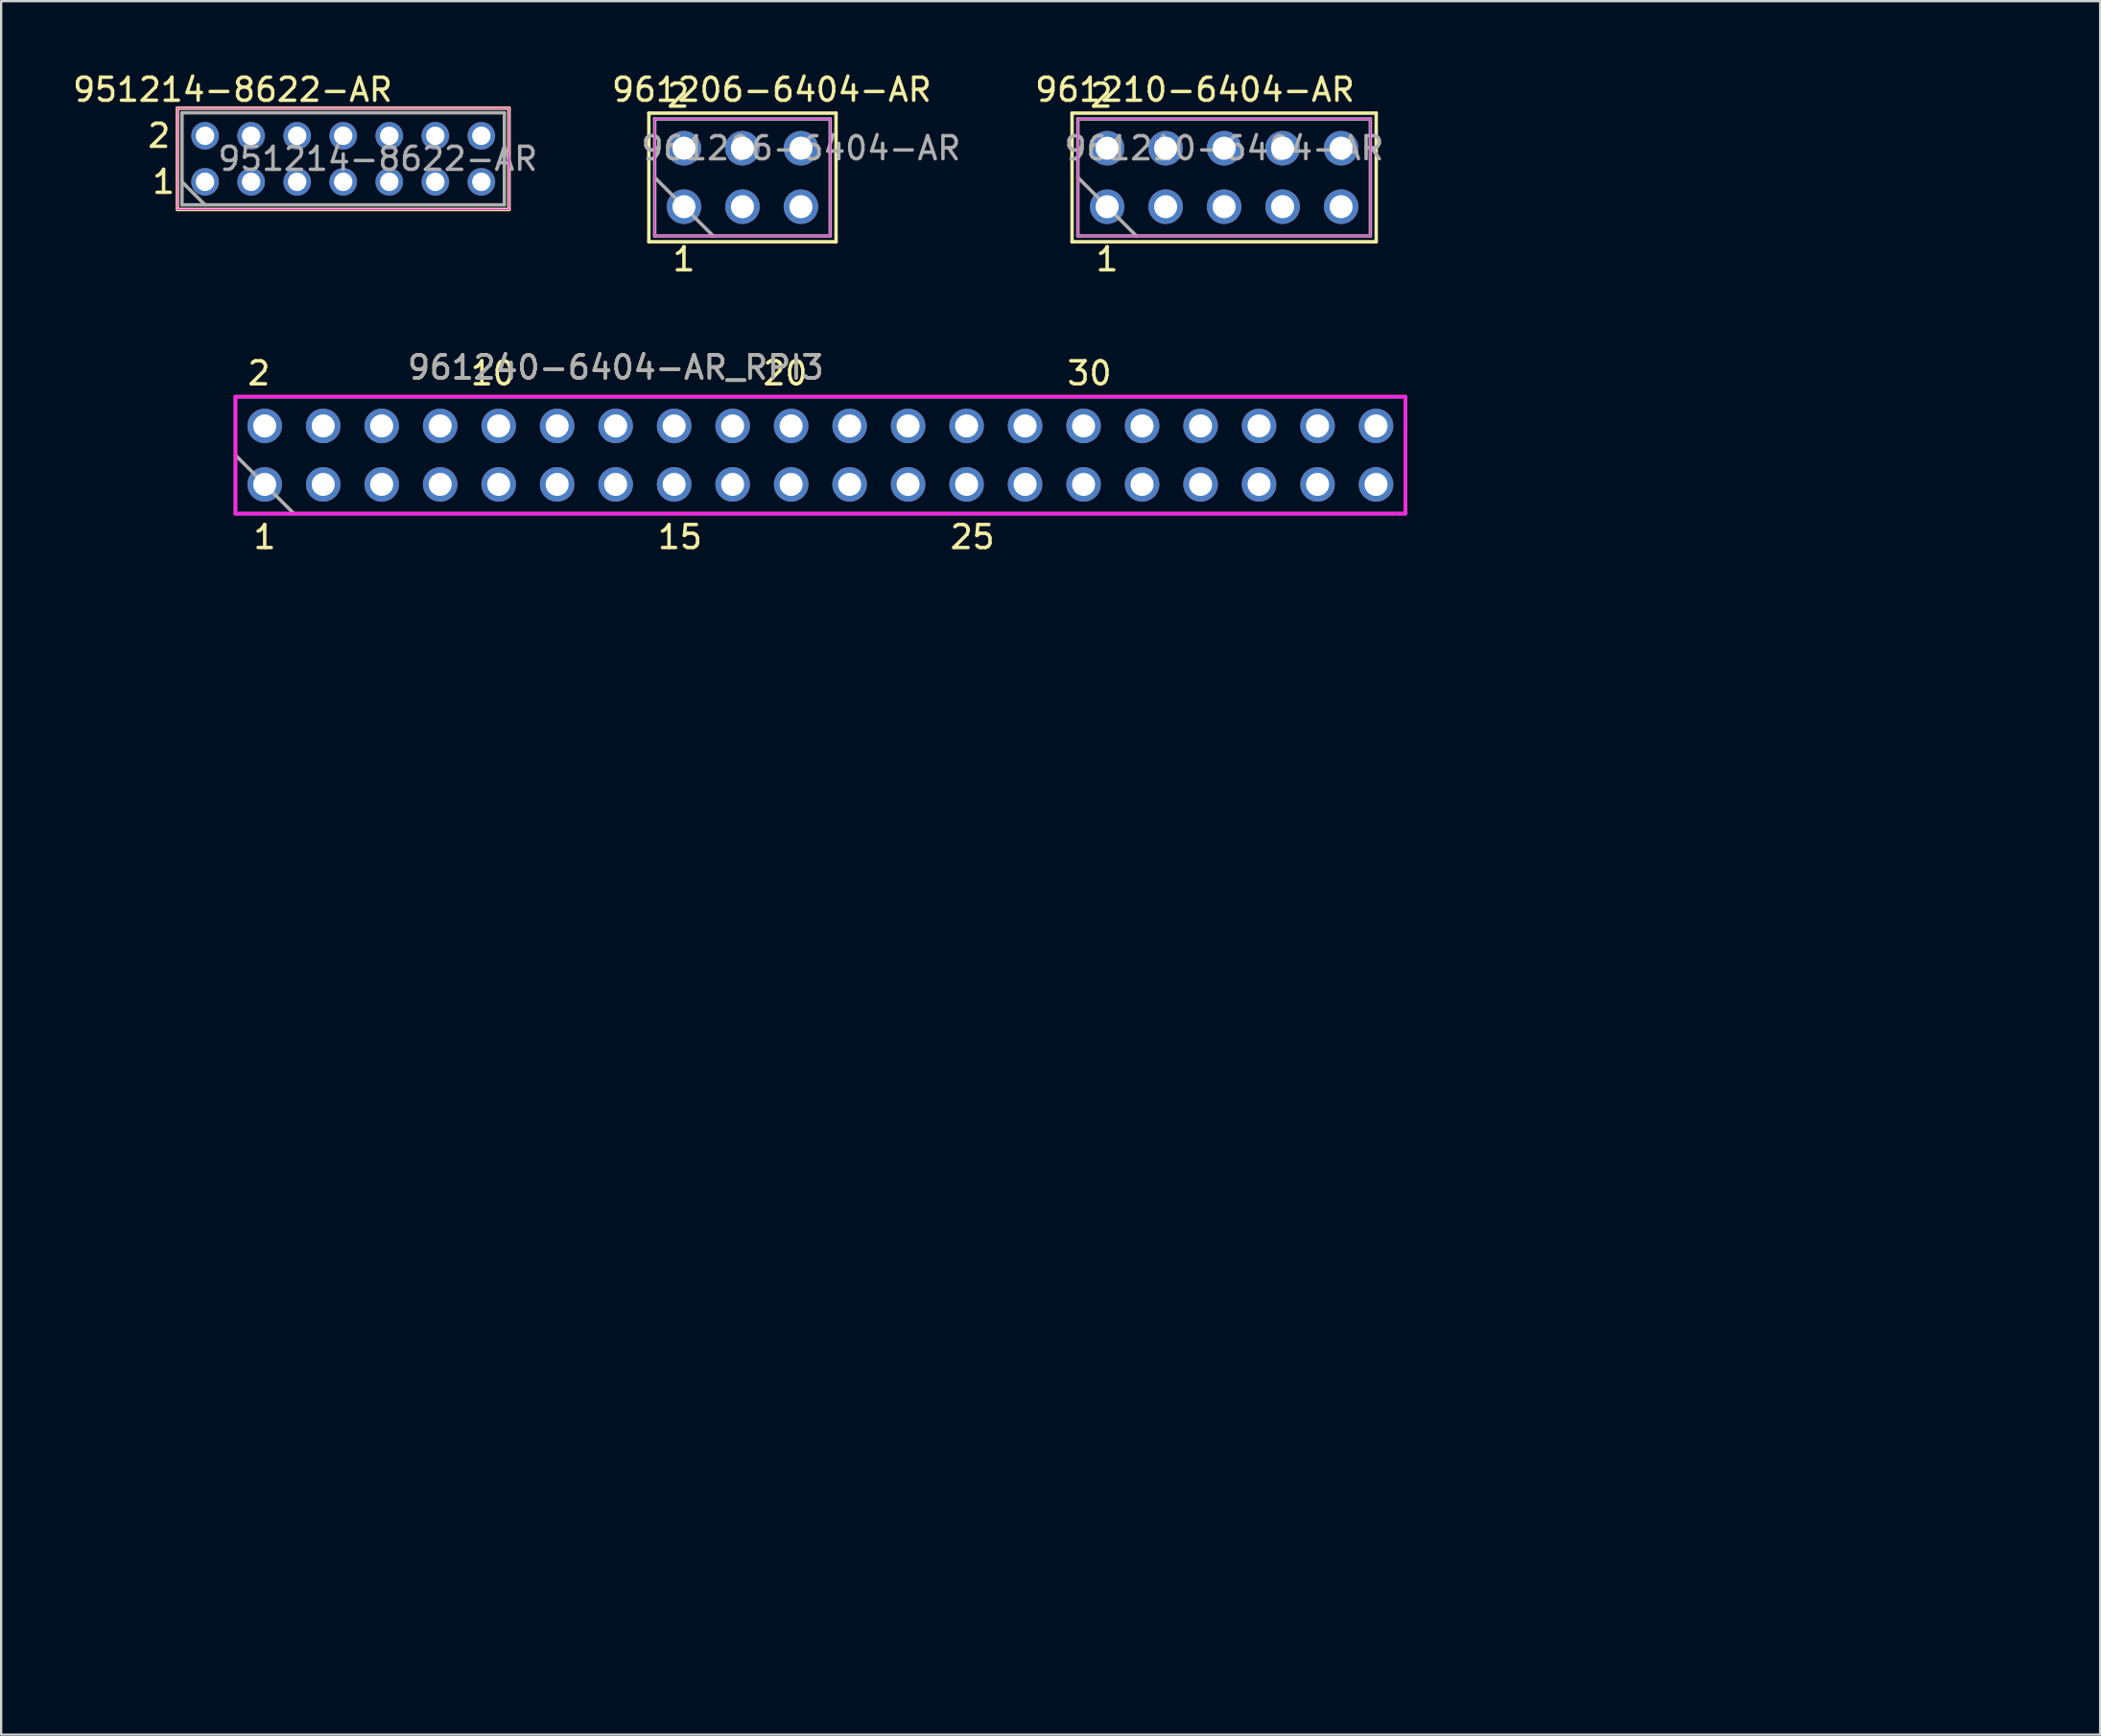
<source format=kicad_pcb>
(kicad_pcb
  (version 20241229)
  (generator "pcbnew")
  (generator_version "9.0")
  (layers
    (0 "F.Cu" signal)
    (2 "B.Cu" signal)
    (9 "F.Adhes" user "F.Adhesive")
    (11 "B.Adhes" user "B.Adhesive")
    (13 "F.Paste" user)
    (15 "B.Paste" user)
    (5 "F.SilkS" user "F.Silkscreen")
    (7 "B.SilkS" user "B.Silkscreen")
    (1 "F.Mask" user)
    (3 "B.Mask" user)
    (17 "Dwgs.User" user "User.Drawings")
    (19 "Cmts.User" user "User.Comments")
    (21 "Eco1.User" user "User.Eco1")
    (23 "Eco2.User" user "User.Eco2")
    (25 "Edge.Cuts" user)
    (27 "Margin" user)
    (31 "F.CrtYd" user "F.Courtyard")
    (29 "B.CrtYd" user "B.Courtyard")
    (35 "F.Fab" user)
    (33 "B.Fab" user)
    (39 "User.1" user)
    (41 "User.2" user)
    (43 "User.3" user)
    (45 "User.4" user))
  (footprint "951214-8622-AR"
    (layer "F.Cu")
    (at 11.854 3.848)
    (property "Reference" "951214-8622-AR" (at -4.8 -3 0) (layer "F.SilkS") (effects (font (size 1 1) (thickness 0.15))))
    (attr through_hole)
    (fp_line (start -7.2 -2.2) (end 7.2 -2.2) (stroke (width 0.15) (type solid)) (layer "F.SilkS"))
    (fp_line (start -7.2 2.2) (end -7.2 -2.2) (stroke (width 0.15) (type solid)) (layer "F.SilkS"))
    (fp_line (start 7.2 -2.2) (end 7.2 2.2) (stroke (width 0.15) (type solid)) (layer "F.SilkS"))
    (fp_line (start 7.2 2.2) (end -7.2 2.2) (stroke (width 0.15) (type solid)) (layer "F.SilkS"))
    (fp_line (start -7.2 -2.2) (end 7.2 -2.2) (stroke (width 0.05) (type solid)) (layer "F.CrtYd"))
    (fp_line (start -7.2 2.2) (end -7.2 -2.2) (stroke (width 0.05) (type solid)) (layer "F.CrtYd"))
    (fp_line (start 7.2 -2.2) (end 7.2 2.2) (stroke (width 0.05) (type solid)) (layer "F.CrtYd"))
    (fp_line (start 7.2 2.2) (end -7.2 2.2) (stroke (width 0.05) (type solid)) (layer "F.CrtYd"))
    (fp_line (start -7 -2) (end -7 2) (stroke (width 0.15) (type solid)) (layer "F.Fab"))
    (fp_line (start -7 2) (end 7 2) (stroke (width 0.15) (type solid)) (layer "F.Fab"))
    (fp_line (start -6 2) (end -7 1) (stroke (width 0.15) (type solid)) (layer "F.Fab"))
    (fp_line (start 7 -2) (end -7 -2) (stroke (width 0.15) (type solid)) (layer "F.Fab"))
    (fp_line (start 7 2) (end 7 -2) (stroke (width 0.15) (type solid)) (layer "F.Fab"))
    (fp_text user "2" (at -8 -1 0) (layer "F.SilkS") (effects (font (size 1 1) (thickness 0.15))))
    (fp_text user "1" (at -7.8 1 0) (layer "F.SilkS") (effects (font (size 1 1) (thickness 0.15))))
    (fp_text user "${REFERENCE}" (at 1.5 0 0) (layer "F.Fab") (effects (font (size 1 1) (thickness 0.15))))
    (pad "1" thru_hole circle (at -6 1) (size 1.2 1.2) (drill 0.8) (layers "*.Cu" "*.Mask"))
    (pad "2" thru_hole circle (at -6 -1) (size 1.2 1.2) (drill 0.8) (layers "*.Cu" "*.Mask"))
    (pad "3" thru_hole circle (at -4 1) (size 1.2 1.2) (drill 0.8) (layers "*.Cu" "*.Mask"))
    (pad "4" thru_hole circle (at -4 -1) (size 1.2 1.2) (drill 0.8) (layers "*.Cu" "*.Mask"))
    (pad "5" thru_hole circle (at -2 1) (size 1.2 1.2) (drill 0.8) (layers "*.Cu" "*.Mask"))
    (pad "6" thru_hole circle (at -2 -1) (size 1.2 1.2) (drill 0.8) (layers "*.Cu" "*.Mask"))
    (pad "7" thru_hole circle (at 0 1) (size 1.2 1.2) (drill 0.8) (layers "*.Cu" "*.Mask"))
    (pad "8" thru_hole circle (at 0 -1) (size 1.2 1.2) (drill 0.8) (layers "*.Cu" "*.Mask"))
    (pad "9" thru_hole circle (at 2 1) (size 1.2 1.2) (drill 0.8) (layers "*.Cu" "*.Mask"))
    (pad "10" thru_hole circle (at 2 -1) (size 1.2 1.2) (drill 0.8) (layers "*.Cu" "*.Mask"))
    (pad "11" thru_hole circle (at 4 1) (size 1.2 1.2) (drill 0.8) (layers "*.Cu" "*.Mask"))
    (pad "12" thru_hole circle (at 4 -1) (size 1.2 1.2) (drill 0.8) (layers "*.Cu" "*.Mask"))
    (pad "13" thru_hole circle (at 6 1) (size 1.2 1.2) (drill 0.8) (layers "*.Cu" "*.Mask"))
    (pad "14" thru_hole circle (at 6 -1) (size 1.2 1.2) (drill 0.8) (layers "*.Cu" "*.Mask")))
  (footprint "961210-6404-AR"
    (layer "F.Cu")
    (at 50.108 4.658)
    (property "Reference" "961210-6404-AR" (at -1.27 -3.81 0) (layer "F.SilkS") (effects (font (size 1 1) (thickness 0.15))))
    (attr smd)
    (fp_line (start -6.604 -2.794) (end -6.604 2.794) (stroke (width 0.15) (type solid)) (layer "F.SilkS"))
    (fp_line (start -6.604 2.794) (end 6.604 2.794) (stroke (width 0.15) (type solid)) (layer "F.SilkS"))
    (fp_line (start 6.604 -2.794) (end -6.604 -2.794) (stroke (width 0.15) (type solid)) (layer "F.SilkS"))
    (fp_line (start 6.604 2.794) (end 6.604 -2.794) (stroke (width 0.15) (type solid)) (layer "F.SilkS"))
    (fp_line (start -6.35 -2.54) (end 6.35 -2.54) (stroke (width 0.05) (type solid)) (layer "F.CrtYd"))
    (fp_line (start -6.35 2.54) (end -6.35 -2.54) (stroke (width 0.05) (type solid)) (layer "F.CrtYd"))
    (fp_line (start 6.35 -2.54) (end 6.35 2.54) (stroke (width 0.05) (type solid)) (layer "F.CrtYd"))
    (fp_line (start 6.35 2.54) (end -6.35 2.54) (stroke (width 0.05) (type solid)) (layer "F.CrtYd"))
    (fp_line (start -6.35 -2.54) (end 6.35 -2.54) (stroke (width 0.15) (type solid)) (layer "F.Fab"))
    (fp_line (start -6.35 0) (end -3.81 2.54) (stroke (width 0.15) (type solid)) (layer "F.Fab"))
    (fp_line (start -6.35 2.54) (end -6.35 -2.54) (stroke (width 0.15) (type solid)) (layer "F.Fab"))
    (fp_line (start 6.35 -2.54) (end 6.35 2.54) (stroke (width 0.15) (type solid)) (layer "F.Fab"))
    (fp_line (start 6.35 2.54) (end -6.35 2.54) (stroke (width 0.15) (type solid)) (layer "F.Fab"))
    (fp_text user "2" (at -5.334 -3.556 0) (layer "F.SilkS") (effects (font (size 1 1) (thickness 0.15))))
    (fp_text user "1" (at -5.08 3.556 0) (layer "F.SilkS") (effects (font (size 1 1) (thickness 0.15))))
    (fp_text user "${REFERENCE}" (at 0 -1.27 0) (layer "F.Fab") (effects (font (size 1 1) (thickness 0.15))))
    (pad "1" thru_hole circle (at -5.08 1.27) (size 1.5 1.5) (drill 1) (layers "*.Cu" "*.Mask"))
    (pad "2" thru_hole circle (at -5.08 -1.27) (size 1.5 1.5) (drill 1) (layers "*.Cu" "*.Mask"))
    (pad "3" thru_hole circle (at -2.54 1.27) (size 1.5 1.5) (drill 1) (layers "*.Cu" "*.Mask"))
    (pad "4" thru_hole circle (at -2.54 -1.27) (size 1.5 1.5) (drill 1) (layers "*.Cu" "*.Mask"))
    (pad "5" thru_hole circle (at 0 1.27) (size 1.5 1.5) (drill 1) (layers "*.Cu" "*.Mask"))
    (pad "6" thru_hole circle (at 0 -1.27) (size 1.5 1.5) (drill 1) (layers "*.Cu" "*.Mask"))
    (pad "7" thru_hole circle (at 2.54 1.27) (size 1.5 1.5) (drill 1) (layers "*.Cu" "*.Mask"))
    (pad "8" thru_hole circle (at 2.54 -1.27) (size 1.5 1.5) (drill 1) (layers "*.Cu" "*.Mask"))
    (pad "9" thru_hole circle (at 5.08 1.27) (size 1.5 1.5) (drill 1) (layers "*.Cu" "*.Mask"))
    (pad "10" thru_hole circle (at 5.08 -1.27) (size 1.5 1.5) (drill 1) (layers "*.Cu" "*.Mask")))
  (footprint "961240-6404-AR_RPI3"
    (layer "F.Cu")
    (at 32.575 16.721)
    (property "Reference" "961240-6404-AR_RPI3" (at -8.89 -3.81 0) (layer "F.SilkS") (effects (font (size 1 1) (thickness 0.15))))
    (attr smd)
    (fp_line (start -32.5 -2) (end -32.5 51) (stroke (width 0.15) (type solid)) (layer "Eco1.User"))
    (fp_line (start -31 -3.5) (end 51 -3.5) (stroke (width 0.15) (type solid)) (layer "Eco1.User"))
    (fp_line (start -31 52.5) (end 51 52.5) (stroke (width 0.15) (type solid)) (layer "Eco1.User"))
    (fp_line (start -30 0) (end -28 0) (stroke (width 0.15) (type solid)) (layer "Eco1.User"))
    (fp_line (start -30 49) (end -28 49) (stroke (width 0.15) (type solid)) (layer "Eco1.User"))
    (fp_line (start -29 -1) (end -29 1) (stroke (width 0.15) (type solid)) (layer "Eco1.User"))
    (fp_line (start -29 48) (end -29 50) (stroke (width 0.15) (type solid)) (layer "Eco1.User"))
    (fp_line (start 28 0) (end 30 0) (stroke (width 0.15) (type solid)) (layer "Eco1.User"))
    (fp_line (start 28 49) (end 30 49) (stroke (width 0.15) (type solid)) (layer "Eco1.User"))
    (fp_line (start 29 -1) (end 29 1) (stroke (width 0.15) (type solid)) (layer "Eco1.User"))
    (fp_line (start 29 48) (end 29 50) (stroke (width 0.15) (type solid)) (layer "Eco1.User"))
    (fp_line (start 52.5 -2) (end 52.5 51) (stroke (width 0.15) (type solid)) (layer "Eco1.User"))
    (fp_arc (start -32.5 -2) (mid -32.06066 -3.06066) (end -31 -3.5) (stroke (width 0.15) (type solid)) (layer "Eco1.User"))
    (fp_arc (start -31 52.5) (mid -32.06066 52.06066) (end -32.5 51) (stroke (width 0.15) (type solid)) (layer "Eco1.User"))
    (fp_arc (start 51 -3.5) (mid 52.06066 -3.06066) (end 52.5 -2) (stroke (width 0.15) (type solid)) (layer "Eco1.User"))
    (fp_arc (start 52.5 51) (mid 52.06066 52.06066) (end 51 52.5) (stroke (width 0.15) (type solid)) (layer "Eco1.User"))
    (fp_circle (center -29 0) (end -29 -2) (stroke (width 0.15) (type solid)) (fill no) (layer "Eco1.User"))
    (fp_circle (center -29 49) (end -29 47) (stroke (width 0.15) (type solid)) (fill no) (layer "Eco1.User"))
    (fp_circle (center 29 0) (end 29 -2) (stroke (width 0.15) (type solid)) (fill no) (layer "Eco1.User"))
    (fp_circle (center 29 0) (end 30.375 0) (stroke (width 0.15) (type solid)) (fill no) (layer "Eco1.User"))
    (fp_circle (center 29 49) (end 29 47) (stroke (width 0.15) (type solid)) (fill no) (layer "Eco1.User"))
    (fp_line (start -25.4 -2.54) (end 25.4 -2.54) (stroke (width 0.15) (type solid)) (layer "F.CrtYd"))
    (fp_line (start -25.4 2.54) (end -25.4 -2.54) (stroke (width 0.15) (type solid)) (layer "F.CrtYd"))
    (fp_line (start 25.4 -2.54) (end 25.4 2.54) (stroke (width 0.15) (type solid)) (layer "F.CrtYd"))
    (fp_line (start 25.4 2.54) (end -25.4 2.54) (stroke (width 0.15) (type solid)) (layer "F.CrtYd"))
    (fp_line (start -25.4 -2.54) (end 25.4 -2.54) (stroke (width 0.15) (type solid)) (layer "F.Fab"))
    (fp_line (start -25.4 0) (end -22.86 2.54) (stroke (width 0.15) (type solid)) (layer "F.Fab"))
    (fp_line (start -25.4 2.54) (end -25.4 -2.54) (stroke (width 0.15) (type solid)) (layer "F.Fab"))
    (fp_line (start 25.4 -2.54) (end 25.4 2.54) (stroke (width 0.15) (type solid)) (layer "F.Fab"))
    (fp_line (start 25.4 2.54) (end -25.4 2.54) (stroke (width 0.15) (type solid)) (layer "F.Fab"))
    (fp_text user "25" (at 6.604 3.556 0) (layer "F.SilkS") (effects (font (size 1 1) (thickness 0.15))))
    (fp_text user "30" (at 11.684 -3.556 0) (layer "F.SilkS") (effects (font (size 1 1) (thickness 0.15))))
    (fp_text user "10" (at -14.224 -3.556 0) (layer "F.SilkS") (effects (font (size 1 1) (thickness 0.15))))
    (fp_text user "20" (at -1.524 -3.556 0) (layer "F.SilkS") (effects (font (size 1 1) (thickness 0.15))))
    (fp_text user "1" (at -24.13 3.556 0) (layer "F.SilkS") (effects (font (size 1 1) (thickness 0.15))))
    (fp_text user "15" (at -6.096 3.556 0) (layer "F.SilkS") (effects (font (size 1 1) (thickness 0.15))))
    (fp_text user "2" (at -24.384 -3.556 0) (layer "F.SilkS") (effects (font (size 1 1) (thickness 0.15))))
    (fp_text user "${REFERENCE}" (at -8.89 -3.81 0) (layer "F.Fab") (effects (font (size 1 1) (thickness 0.15))))
    (pad "1" thru_hole circle (at -24.13 1.27) (size 1.5 1.5) (drill 1) (layers "*.Cu" "*.Mask"))
    (pad "2" thru_hole circle (at -24.13 -1.27) (size 1.5 1.5) (drill 1) (layers "*.Cu" "*.Mask"))
    (pad "3" thru_hole circle (at -21.59 1.27) (size 1.5 1.5) (drill 1) (layers "*.Cu" "*.Mask"))
    (pad "4" thru_hole circle (at -21.59 -1.27) (size 1.5 1.5) (drill 1) (layers "*.Cu" "*.Mask"))
    (pad "5" thru_hole circle (at -19.05 1.27) (size 1.5 1.5) (drill 1) (layers "*.Cu" "*.Mask"))
    (pad "6" thru_hole circle (at -19.05 -1.27) (size 1.5 1.5) (drill 1) (layers "*.Cu" "*.Mask"))
    (pad "7" thru_hole circle (at -16.51 1.27) (size 1.5 1.5) (drill 1) (layers "*.Cu" "*.Mask"))
    (pad "8" thru_hole circle (at -16.51 -1.27) (size 1.5 1.5) (drill 1) (layers "*.Cu" "*.Mask"))
    (pad "9" thru_hole circle (at -13.97 1.27) (size 1.5 1.5) (drill 1) (layers "*.Cu" "*.Mask"))
    (pad "10" thru_hole circle (at -13.97 -1.27) (size 1.5 1.5) (drill 1) (layers "*.Cu" "*.Mask"))
    (pad "11" thru_hole circle (at -11.43 1.27) (size 1.5 1.5) (drill 1) (layers "*.Cu" "*.Mask"))
    (pad "12" thru_hole circle (at -11.43 -1.27) (size 1.5 1.5) (drill 1) (layers "*.Cu" "*.Mask"))
    (pad "13" thru_hole circle (at -8.89 1.27) (size 1.5 1.5) (drill 1) (layers "*.Cu" "*.Mask"))
    (pad "14" thru_hole circle (at -8.89 -1.27) (size 1.5 1.5) (drill 1) (layers "*.Cu" "*.Mask"))
    (pad "15" thru_hole circle (at -6.35 1.27) (size 1.5 1.5) (drill 1) (layers "*.Cu" "*.Mask"))
    (pad "16" thru_hole circle (at -6.35 -1.27) (size 1.5 1.5) (drill 1) (layers "*.Cu" "*.Mask"))
    (pad "17" thru_hole circle (at -3.81 1.27) (size 1.5 1.5) (drill 1) (layers "*.Cu" "*.Mask"))
    (pad "18" thru_hole circle (at -3.81 -1.27) (size 1.5 1.5) (drill 1) (layers "*.Cu" "*.Mask"))
    (pad "19" thru_hole circle (at -1.27 1.27) (size 1.5 1.5) (drill 1) (layers "*.Cu" "*.Mask"))
    (pad "20" thru_hole circle (at -1.27 -1.27) (size 1.5 1.5) (drill 1) (layers "*.Cu" "*.Mask"))
    (pad "21" thru_hole circle (at 1.27 1.27) (size 1.5 1.5) (drill 1) (layers "*.Cu" "*.Mask"))
    (pad "22" thru_hole circle (at 1.27 -1.27) (size 1.5 1.5) (drill 1) (layers "*.Cu" "*.Mask"))
    (pad "23" thru_hole circle (at 3.81 1.27) (size 1.5 1.5) (drill 1) (layers "*.Cu" "*.Mask"))
    (pad "24" thru_hole circle (at 3.81 -1.27) (size 1.5 1.5) (drill 1) (layers "*.Cu" "*.Mask"))
    (pad "25" thru_hole circle (at 6.35 1.27) (size 1.5 1.5) (drill 1) (layers "*.Cu" "*.Mask"))
    (pad "26" thru_hole circle (at 6.35 -1.27) (size 1.5 1.5) (drill 1) (layers "*.Cu" "*.Mask"))
    (pad "27" thru_hole circle (at 8.89 1.27) (size 1.5 1.5) (drill 1) (layers "*.Cu" "*.Mask"))
    (pad "28" thru_hole circle (at 8.89 -1.27) (size 1.5 1.5) (drill 1) (layers "*.Cu" "*.Mask"))
    (pad "29" thru_hole circle (at 11.43 1.27) (size 1.5 1.5) (drill 1) (layers "*.Cu" "*.Mask"))
    (pad "30" thru_hole circle (at 11.43 -1.27) (size 1.5 1.5) (drill 1) (layers "*.Cu" "*.Mask"))
    (pad "31" thru_hole circle (at 13.97 1.27) (size 1.5 1.5) (drill 1) (layers "*.Cu" "*.Mask"))
    (pad "32" thru_hole circle (at 13.97 -1.27) (size 1.5 1.5) (drill 1) (layers "*.Cu" "*.Mask"))
    (pad "33" thru_hole circle (at 16.51 1.27) (size 1.5 1.5) (drill 1) (layers "*.Cu" "*.Mask"))
    (pad "34" thru_hole circle (at 16.51 -1.27) (size 1.5 1.5) (drill 1) (layers "*.Cu" "*.Mask"))
    (pad "35" thru_hole circle (at 19.05 1.27) (size 1.5 1.5) (drill 1) (layers "*.Cu" "*.Mask"))
    (pad "36" thru_hole circle (at 19.05 -1.27) (size 1.5 1.5) (drill 1) (layers "*.Cu" "*.Mask"))
    (pad "37" thru_hole circle (at 21.59 1.27) (size 1.5 1.5) (drill 1) (layers "*.Cu" "*.Mask"))
    (pad "38" thru_hole circle (at 21.59 -1.27) (size 1.5 1.5) (drill 1) (layers "*.Cu" "*.Mask"))
    (pad "39" thru_hole circle (at 24.13 1.27) (size 1.5 1.5) (drill 1) (layers "*.Cu" "*.Mask"))
    (pad "40" thru_hole circle (at 24.13 -1.27) (size 1.5 1.5) (drill 1) (layers "*.Cu" "*.Mask")))
  (footprint "961206-6404-AR"
    (layer "F.Cu")
    (at 29.191 4.658)
    (property "Reference" "961206-6404-AR" (at 1.27 -3.81 0) (layer "F.SilkS") (effects (font (size 1 1) (thickness 0.15))))
    (attr smd)
    (fp_line (start -4.064 -2.794) (end -4.064 2.794) (stroke (width 0.15) (type solid)) (layer "F.SilkS"))
    (fp_line (start -4.064 2.794) (end 4.064 2.794) (stroke (width 0.15) (type solid)) (layer "F.SilkS"))
    (fp_line (start 4.064 -2.794) (end -4.064 -2.794) (stroke (width 0.15) (type solid)) (layer "F.SilkS"))
    (fp_line (start 4.064 2.794) (end 4.064 -2.794) (stroke (width 0.15) (type solid)) (layer "F.SilkS"))
    (fp_line (start -3.81 -2.54) (end 3.81 -2.54) (stroke (width 0.05) (type solid)) (layer "F.CrtYd"))
    (fp_line (start -3.81 2.54) (end -3.81 -2.54) (stroke (width 0.05) (type solid)) (layer "F.CrtYd"))
    (fp_line (start 3.81 -2.54) (end 3.81 2.54) (stroke (width 0.05) (type solid)) (layer "F.CrtYd"))
    (fp_line (start 3.81 2.54) (end -3.81 2.54) (stroke (width 0.05) (type solid)) (layer "F.CrtYd"))
    (fp_line (start -3.81 -2.54) (end 3.81 -2.54) (stroke (width 0.15) (type solid)) (layer "F.Fab"))
    (fp_line (start -3.81 0) (end -1.27 2.54) (stroke (width 0.15) (type solid)) (layer "F.Fab"))
    (fp_line (start -3.81 2.54) (end -3.81 -2.54) (stroke (width 0.15) (type solid)) (layer "F.Fab"))
    (fp_line (start 3.81 -2.54) (end 3.81 2.54) (stroke (width 0.15) (type solid)) (layer "F.Fab"))
    (fp_line (start 3.81 2.54) (end -3.81 2.54) (stroke (width 0.15) (type solid)) (layer "F.Fab"))
    (fp_text user "1" (at -2.54 3.556 0) (layer "F.SilkS") (effects (font (size 1 1) (thickness 0.15))))
    (fp_text user "2" (at -2.794 -3.556 0) (layer "F.SilkS") (effects (font (size 1 1) (thickness 0.15))))
    (fp_text user "${REFERENCE}" (at 2.54 -1.27 0) (layer "F.Fab") (effects (font (size 1 1) (thickness 0.15))))
    (pad "1" thru_hole circle (at -2.54 1.27) (size 1.5 1.5) (drill 1) (layers "*.Cu" "*.Mask"))
    (pad "2" thru_hole circle (at -2.54 -1.27) (size 1.5 1.5) (drill 1) (layers "*.Cu" "*.Mask"))
    (pad "3" thru_hole circle (at 0 1.27) (size 1.5 1.5) (drill 1) (layers "*.Cu" "*.Mask"))
    (pad "4" thru_hole circle (at 0 -1.27) (size 1.5 1.5) (drill 1) (layers "*.Cu" "*.Mask"))
    (pad "5" thru_hole circle (at 2.54 1.27) (size 1.5 1.5) (drill 1) (layers "*.Cu" "*.Mask"))
    (pad "6" thru_hole circle (at 2.54 -1.27) (size 1.5 1.5) (drill 1) (layers "*.Cu" "*.Mask")))
  (gr_rect
    (start -3 -3)
    (end 88.15 72.296)
    (stroke (width 0.1) (type default))
    (fill no)
    (layer "Edge.Cuts")))
</source>
